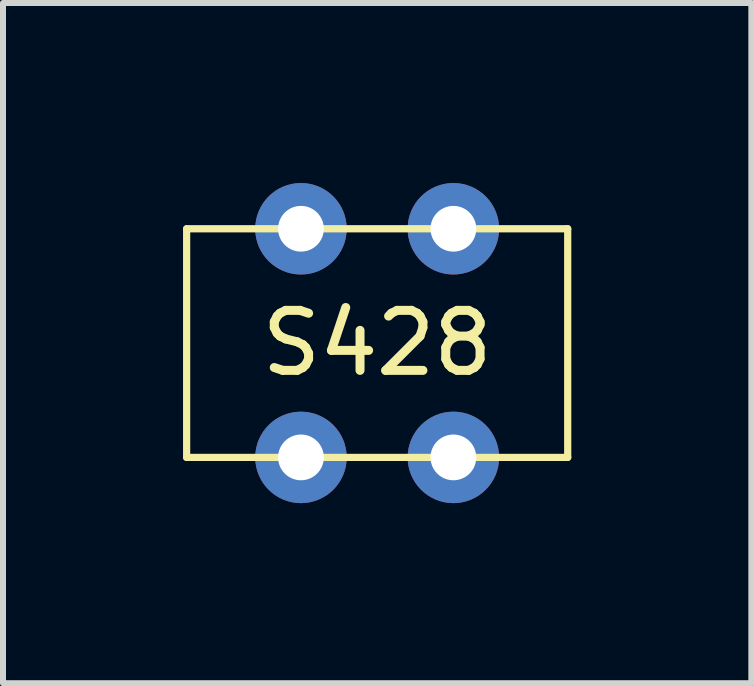
<source format=kicad_pcb>
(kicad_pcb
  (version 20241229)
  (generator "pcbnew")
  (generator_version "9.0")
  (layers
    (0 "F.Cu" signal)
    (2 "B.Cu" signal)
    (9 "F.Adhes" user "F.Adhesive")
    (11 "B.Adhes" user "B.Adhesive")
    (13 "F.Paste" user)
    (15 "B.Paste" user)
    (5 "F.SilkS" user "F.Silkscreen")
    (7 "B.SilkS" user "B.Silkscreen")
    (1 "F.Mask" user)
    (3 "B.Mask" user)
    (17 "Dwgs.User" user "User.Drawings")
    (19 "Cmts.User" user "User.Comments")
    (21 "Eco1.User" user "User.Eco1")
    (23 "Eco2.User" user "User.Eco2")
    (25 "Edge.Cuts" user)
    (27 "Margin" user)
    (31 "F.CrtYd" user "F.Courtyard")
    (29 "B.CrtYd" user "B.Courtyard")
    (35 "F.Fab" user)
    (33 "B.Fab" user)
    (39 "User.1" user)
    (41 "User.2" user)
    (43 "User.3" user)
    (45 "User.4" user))
  (footprint "S428"
    (layer "F.Cu")
    (at 3.235 3.302)
    (property "Reference" "S428" (at 0 -0.635 0) (layer "F.SilkS") (effects (font (size 1 1) (thickness 0.15))))
    (attr through_hole)
    (fp_line (start -3.175 -2.54) (end -3.175 1.27) (stroke (width 0.12) (type solid)) (layer "F.SilkS"))
    (fp_line (start -3.175 1.27) (end 3.175 1.27) (stroke (width 0.12) (type solid)) (layer "F.SilkS"))
    (fp_line (start 3.175 -2.54) (end -3.175 -2.54) (stroke (width 0.12) (type solid)) (layer "F.SilkS"))
    (fp_line (start 3.175 1.27) (end 3.175 -2.54) (stroke (width 0.12) (type solid)) (layer "F.SilkS"))
    (pad "1" thru_hole circle (at 1.27 -2.54) (size 1.524 1.524) (drill 0.762) (layers "*.Cu" "*.Mask"))
    (pad "2" thru_hole circle (at -1.27 -2.54) (size 1.524 1.524) (drill 0.762) (layers "*.Cu" "*.Mask"))
    (pad "3" thru_hole circle (at -1.27 1.27) (size 1.524 1.524) (drill 0.762) (layers "*.Cu" "*.Mask"))
    (pad "4" thru_hole circle (at 1.27 1.27) (size 1.524 1.524) (drill 0.762) (layers "*.Cu" "*.Mask")))
  (gr_rect
    (start -3 -3)
    (end 9.47 8.334)
    (stroke (width 0.1) (type default))
    (fill no)
    (layer "Edge.Cuts")))
</source>
